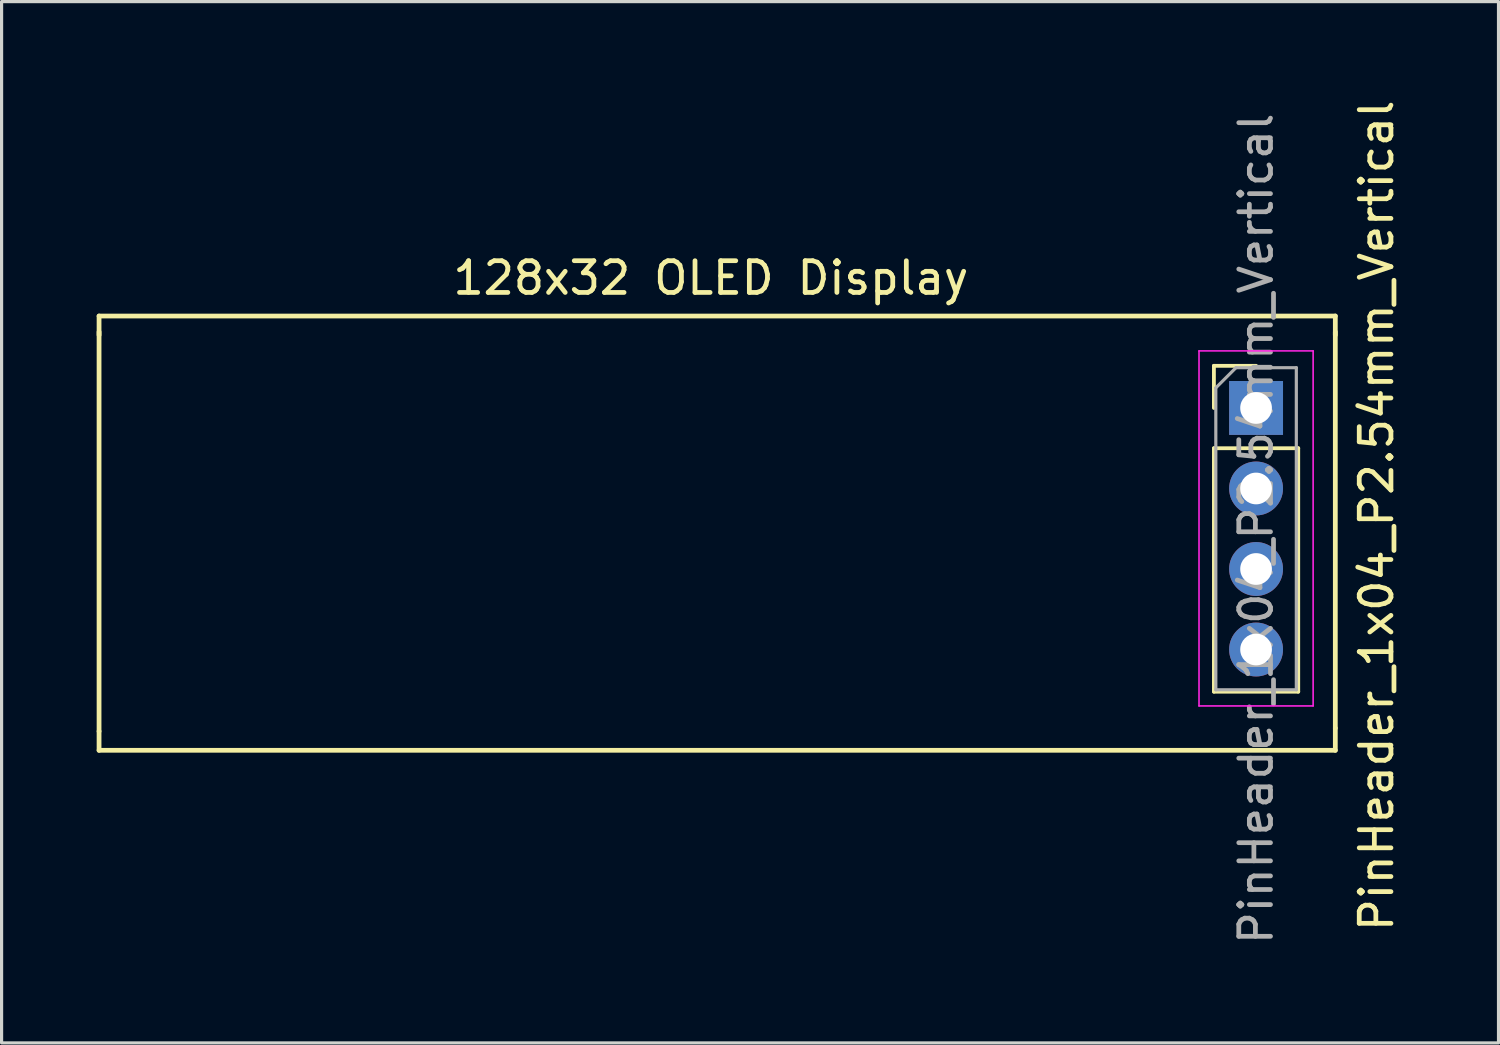
<source format=kicad_pcb>
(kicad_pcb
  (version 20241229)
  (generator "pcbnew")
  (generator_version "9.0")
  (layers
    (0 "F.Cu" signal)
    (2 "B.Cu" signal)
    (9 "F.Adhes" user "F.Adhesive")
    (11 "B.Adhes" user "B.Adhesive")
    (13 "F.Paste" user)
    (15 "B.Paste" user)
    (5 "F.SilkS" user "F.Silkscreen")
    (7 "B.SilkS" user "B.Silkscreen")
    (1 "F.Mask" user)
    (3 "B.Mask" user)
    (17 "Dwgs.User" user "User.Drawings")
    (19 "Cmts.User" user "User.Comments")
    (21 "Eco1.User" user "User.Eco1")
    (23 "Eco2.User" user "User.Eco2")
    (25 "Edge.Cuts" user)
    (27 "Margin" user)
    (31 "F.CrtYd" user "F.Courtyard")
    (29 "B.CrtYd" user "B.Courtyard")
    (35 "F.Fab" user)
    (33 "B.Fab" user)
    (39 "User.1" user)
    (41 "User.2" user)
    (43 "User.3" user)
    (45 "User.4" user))
  (footprint "PinHeader_1x04_P2.54mm_Vertical"
    (layer "F.Cu")
    (at 36.575 9.82)
    (property "Reference" "PinHeader_1x04_P2.54mm_Vertical" (at 3.8 3.4 90) (layer "F.SilkS") (effects (font (size 1 1) (thickness 0.15))))
    (attr through_hole)
    (fp_line (start -36.5 -2.9) (end -36.5 -2.3) (stroke (width 0.15) (type solid)) (layer "F.SilkS"))
    (fp_line (start -36.5 -2.4) (end -36.5 10.2) (stroke (width 0.15) (type solid)) (layer "F.SilkS"))
    (fp_line (start -36.5 10.8) (end -36.5 10.2) (stroke (width 0.15) (type solid)) (layer "F.SilkS"))
    (fp_line (start -1.33 -1.33) (end 0 -1.33) (stroke (width 0.12) (type solid)) (layer "F.SilkS"))
    (fp_line (start -1.33 0) (end -1.33 -1.33) (stroke (width 0.12) (type solid)) (layer "F.SilkS"))
    (fp_line (start -1.33 1.27) (end -1.33 8.95) (stroke (width 0.12) (type solid)) (layer "F.SilkS"))
    (fp_line (start -1.33 1.27) (end 1.33 1.27) (stroke (width 0.12) (type solid)) (layer "F.SilkS"))
    (fp_line (start -1.33 8.95) (end 1.33 8.95) (stroke (width 0.12) (type solid)) (layer "F.SilkS"))
    (fp_line (start 1.33 1.27) (end 1.33 8.95) (stroke (width 0.12) (type solid)) (layer "F.SilkS"))
    (fp_line (start 2.5 -2.9) (end -36.5 -2.9) (stroke (width 0.15) (type solid)) (layer "F.SilkS"))
    (fp_line (start 2.5 -2.9) (end 2.5 -2.3) (stroke (width 0.15) (type solid)) (layer "F.SilkS"))
    (fp_line (start 2.5 -2.4) (end 2.5 10.1) (stroke (width 0.15) (type solid)) (layer "F.SilkS"))
    (fp_line (start 2.5 10.1) (end 2.5 10.8) (stroke (width 0.15) (type solid)) (layer "F.SilkS"))
    (fp_line (start 2.5 10.8) (end -36.5 10.8) (stroke (width 0.15) (type solid)) (layer "F.SilkS"))
    (fp_line (start -1.8 -1.8) (end -1.8 9.4) (stroke (width 0.05) (type solid)) (layer "F.CrtYd"))
    (fp_line (start -1.8 9.4) (end 1.8 9.4) (stroke (width 0.05) (type solid)) (layer "F.CrtYd"))
    (fp_line (start 1.8 -1.8) (end -1.8 -1.8) (stroke (width 0.05) (type solid)) (layer "F.CrtYd"))
    (fp_line (start 1.8 9.4) (end 1.8 -1.8) (stroke (width 0.05) (type solid)) (layer "F.CrtYd"))
    (fp_line (start -1.27 -0.635) (end -0.635 -1.27) (stroke (width 0.1) (type solid)) (layer "F.Fab"))
    (fp_line (start -1.27 8.89) (end -1.27 -0.635) (stroke (width 0.1) (type solid)) (layer "F.Fab"))
    (fp_line (start -0.635 -1.27) (end 1.27 -1.27) (stroke (width 0.1) (type solid)) (layer "F.Fab"))
    (fp_line (start 1.27 -1.27) (end 1.27 8.89) (stroke (width 0.1) (type solid)) (layer "F.Fab"))
    (fp_line (start 1.27 8.89) (end -1.27 8.89) (stroke (width 0.1) (type solid)) (layer "F.Fab"))
    (fp_text user "128x32 OLED Display" (at -17.2 -4.1 0) (layer "F.SilkS") (effects (font (size 1 1) (thickness 0.15))))
    (fp_text user "${REFERENCE}" (at 0 3.81 90) (layer "F.Fab") (effects (font (size 1 1) (thickness 0.15))))
    (pad "1" thru_hole rect (at 0 0) (size 1.7 1.7) (drill 1) (layers "*.Cu" "*.Mask"))
    (pad "2" thru_hole oval (at 0 2.54) (size 1.7 1.7) (drill 1) (layers "*.Cu" "*.Mask"))
    (pad "3" thru_hole oval (at 0 5.08) (size 1.7 1.7) (drill 1) (layers "*.Cu" "*.Mask"))
    (pad "4" thru_hole oval (at 0 7.62) (size 1.7 1.7) (drill 1) (layers "*.Cu" "*.Mask")))
  (gr_rect
    (start -3 -3)
    (end 44.223 29.85)
    (stroke (width 0.1) (type default))
    (fill no)
    (layer "Edge.Cuts")))
</source>
